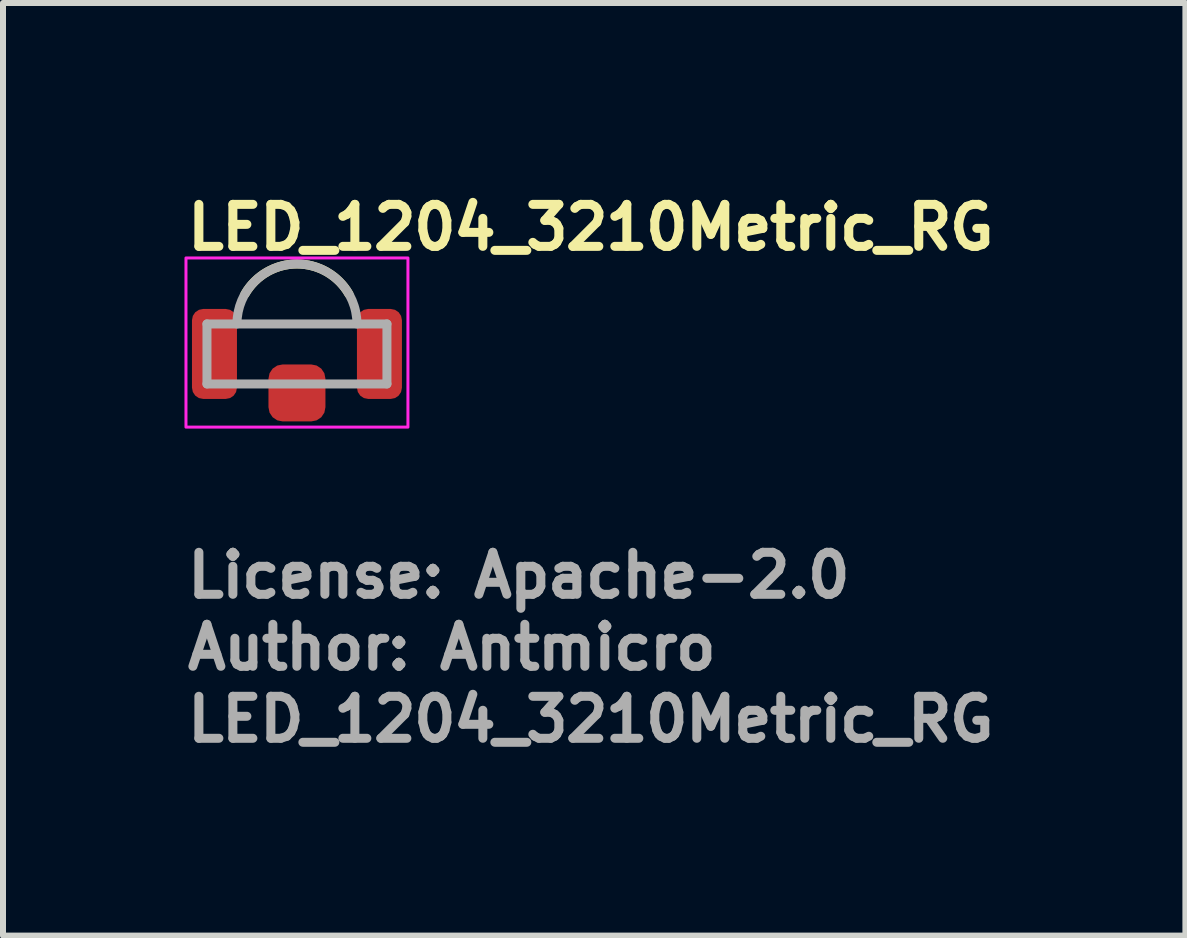
<source format=kicad_pcb>
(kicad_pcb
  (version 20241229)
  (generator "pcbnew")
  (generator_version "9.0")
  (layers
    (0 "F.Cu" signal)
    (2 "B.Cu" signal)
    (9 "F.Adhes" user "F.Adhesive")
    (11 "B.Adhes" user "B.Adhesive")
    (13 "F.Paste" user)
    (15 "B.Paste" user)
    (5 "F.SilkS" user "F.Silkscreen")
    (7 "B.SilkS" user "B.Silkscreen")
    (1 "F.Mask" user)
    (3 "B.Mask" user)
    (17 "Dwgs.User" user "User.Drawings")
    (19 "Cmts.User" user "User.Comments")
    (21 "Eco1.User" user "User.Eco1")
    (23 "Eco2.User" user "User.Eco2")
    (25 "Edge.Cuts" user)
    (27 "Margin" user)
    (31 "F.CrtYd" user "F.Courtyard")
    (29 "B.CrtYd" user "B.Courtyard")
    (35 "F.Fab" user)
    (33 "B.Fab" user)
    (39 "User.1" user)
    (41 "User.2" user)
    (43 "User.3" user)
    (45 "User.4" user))
  (footprint "LED_1204_3210Metric_RG"
    (layer "F.Cu")
    (at 1.9 2.45)
    (property "Reference" "LED_1204_3210Metric_RG" (at -1.9 -1.3 0) (layer "F.SilkS") (effects (font (size 0.7 0.7) (thickness 0.15)) (justify left bottom)))
    (attr smd)
    (fp_arc (start -0.866 -0.6) (mid 0 -1.1) (end 0.866 -0.6) (stroke (width 0.15) (type solid)) (layer "F.SilkS"))
    (fp_rect (start -1.85 -1.2) (end 1.85 1.62) (stroke (width 0.05) (type solid)) (fill no) (layer "F.CrtYd"))
    (fp_line (start -1.5 -0.1) (end 1.5 -0.1) (stroke (width 0.15) (type solid)) (layer "F.Fab"))
    (fp_line (start -1.5 0.9) (end -1.5 -0.1) (stroke (width 0.15) (type solid)) (layer "F.Fab"))
    (fp_line (start 1.5 -0.1) (end 1.5 0.9) (stroke (width 0.15) (type solid)) (layer "F.Fab"))
    (fp_line (start 1.5 0.9) (end -1.5 0.9) (stroke (width 0.15) (type solid)) (layer "F.Fab"))
    (fp_arc (start -1 -0.1) (mid 0 -1.1) (end 1 -0.1) (stroke (width 0.15) (type solid)) (layer "F.Fab"))
    (fp_rect (start -1.5 -1) (end 1.5 1) (stroke (width 0.1) (type solid)) (fill no) (layer "User.5"))
    (fp_line (start -1.5 0) (end -1.5 1) (stroke (width 0.02) (type solid)) (layer "User.9"))
    (fp_line (start -1.472 0) (end -1.5 0) (stroke (width 0.02) (type solid)) (layer "User.9"))
    (fp_line (start -1.472 1) (end -1.5 1) (stroke (width 0.02) (type solid)) (layer "User.9"))
    (fp_line (start -1.444 0) (end -1.472 0) (stroke (width 0.02) (type solid)) (layer "User.9"))
    (fp_line (start -1.444 1) (end -1.472 1) (stroke (width 0.02) (type solid)) (layer "User.9"))
    (fp_line (start -1.417 0) (end -1.444 0) (stroke (width 0.02) (type solid)) (layer "User.9"))
    (fp_line (start -1.417 1) (end -1.444 1) (stroke (width 0.02) (type solid)) (layer "User.9"))
    (fp_line (start -1.392 0) (end -1.417 0) (stroke (width 0.02) (type solid)) (layer "User.9"))
    (fp_line (start -1.392 1) (end -1.417 1) (stroke (width 0.02) (type solid)) (layer "User.9"))
    (fp_line (start -1.367 0) (end -1.392 0) (stroke (width 0.02) (type solid)) (layer "User.9"))
    (fp_line (start -1.367 1) (end -1.392 1) (stroke (width 0.02) (type solid)) (layer "User.9"))
    (fp_line (start -1.344 0) (end -1.367 0) (stroke (width 0.02) (type solid)) (layer "User.9"))
    (fp_line (start -1.344 1) (end -1.367 1) (stroke (width 0.02) (type solid)) (layer "User.9"))
    (fp_line (start -1.323 0) (end -1.344 0) (stroke (width 0.02) (type solid)) (layer "User.9"))
    (fp_line (start -1.323 1) (end -1.344 1) (stroke (width 0.02) (type solid)) (layer "User.9"))
    (fp_line (start -1.305 0) (end -1.323 0) (stroke (width 0.02) (type solid)) (layer "User.9"))
    (fp_line (start -1.305 1) (end -1.323 1) (stroke (width 0.02) (type solid)) (layer "User.9"))
    (fp_line (start -1.288 0) (end -1.305 0) (stroke (width 0.02) (type solid)) (layer "User.9"))
    (fp_line (start -1.288 1) (end -1.305 1) (stroke (width 0.02) (type solid)) (layer "User.9"))
    (fp_line (start -1.275 0) (end -1.288 0) (stroke (width 0.02) (type solid)) (layer "User.9"))
    (fp_line (start -1.275 1) (end -1.288 1) (stroke (width 0.02) (type solid)) (layer "User.9"))
    (fp_line (start -1.264 0) (end -1.275 0) (stroke (width 0.02) (type solid)) (layer "User.9"))
    (fp_line (start -1.264 1) (end -1.275 1) (stroke (width 0.02) (type solid)) (layer "User.9"))
    (fp_line (start -1.256 0) (end -1.264 0) (stroke (width 0.02) (type solid)) (layer "User.9"))
    (fp_line (start -1.256 1) (end -1.264 1) (stroke (width 0.02) (type solid)) (layer "User.9"))
    (fp_line (start -1.252 0) (end -1.256 0) (stroke (width 0.02) (type solid)) (layer "User.9"))
    (fp_line (start -1.252 1) (end -1.256 1) (stroke (width 0.02) (type solid)) (layer "User.9"))
    (fp_line (start -1.25 0) (end -1.252 0) (stroke (width 0.02) (type solid)) (layer "User.9"))
    (fp_line (start -1.25 1) (end -1.252 1) (stroke (width 0.02) (type solid)) (layer "User.9"))
    (fp_line (start -1.25 1) (end -1.25 0) (stroke (width 0.02) (type solid)) (layer "User.9"))
    (fp_line (start -1.1 0) (end -1.25 0) (stroke (width 0.02) (type solid)) (layer "User.9"))
    (fp_line (start -1.1 0) (end -1.075 -0.003) (stroke (width 0.02) (type solid)) (layer "User.9"))
    (fp_line (start -1.1 0.8) (end -1.1 0) (stroke (width 0.02) (type solid)) (layer "User.9"))
    (fp_line (start -1.1 0.8) (end -1.1 0) (stroke (width 0.02) (type solid)) (layer "User.9"))
    (fp_line (start -1.1 0.8) (end -1.1 1) (stroke (width 0.02) (type solid)) (layer "User.9"))
    (fp_line (start -1.1 1) (end -1.25 1) (stroke (width 0.02) (type solid)) (layer "User.9"))
    (fp_line (start -1.1 1) (end -1.1 0.8) (stroke (width 0.02) (type solid)) (layer "User.9"))
    (fp_line (start -1.075 -0.003) (end -1.052 -0.012) (stroke (width 0.02) (type solid)) (layer "User.9"))
    (fp_line (start -1.052 -0.012) (end -1.032 -0.026) (stroke (width 0.02) (type solid)) (layer "User.9"))
    (fp_line (start -1.032 -0.026) (end -1.016 -0.045) (stroke (width 0.02) (type solid)) (layer "User.9"))
    (fp_line (start -1.016 -0.045) (end -1.005 -0.067) (stroke (width 0.02) (type solid)) (layer "User.9"))
    (fp_line (start -1.005 -0.067) (end -1 -0.091) (stroke (width 0.02) (type solid)) (layer "User.9"))
    (fp_line (start -0.988 -0.177) (end -1 -0.091) (stroke (width 0.02) (type solid)) (layer "User.9"))
    (fp_line (start -0.969 -0.262) (end -0.988 -0.177) (stroke (width 0.02) (type solid)) (layer "User.9"))
    (fp_line (start -0.942 -0.345) (end -0.969 -0.262) (stroke (width 0.02) (type solid)) (layer "User.9"))
    (fp_line (start -0.908 -0.425) (end -0.942 -0.345) (stroke (width 0.02) (type solid)) (layer "User.9"))
    (fp_line (start -0.867 -0.502) (end -0.908 -0.425) (stroke (width 0.02) (type solid)) (layer "User.9"))
    (fp_line (start -0.82 -0.576) (end -0.867 -0.502) (stroke (width 0.02) (type solid)) (layer "User.9"))
    (fp_line (start -0.767 -0.645) (end -0.82 -0.576) (stroke (width 0.02) (type solid)) (layer "User.9"))
    (fp_line (start -0.707 -0.709) (end -0.767 -0.645) (stroke (width 0.02) (type solid)) (layer "User.9"))
    (fp_line (start -0.643 -0.767) (end -0.707 -0.709) (stroke (width 0.02) (type solid)) (layer "User.9"))
    (fp_line (start -0.574 -0.82) (end -0.643 -0.767) (stroke (width 0.02) (type solid)) (layer "User.9"))
    (fp_line (start -0.5 -0.867) (end -0.574 -0.82) (stroke (width 0.02) (type solid)) (layer "User.9"))
    (fp_line (start -0.423 -0.907) (end -0.5 -0.867) (stroke (width 0.02) (type solid)) (layer "User.9"))
    (fp_line (start -0.342 -0.94) (end -0.423 -0.907) (stroke (width 0.02) (type solid)) (layer "User.9"))
    (fp_line (start -0.259 -0.966) (end -0.342 -0.94) (stroke (width 0.02) (type solid)) (layer "User.9"))
    (fp_line (start -0.174 -0.985) (end -0.259 -0.966) (stroke (width 0.02) (type solid)) (layer "User.9"))
    (fp_line (start -0.087 -0.996) (end -0.174 -0.985) (stroke (width 0.02) (type solid)) (layer "User.9"))
    (fp_line (start 0 -1) (end -0.087 -0.996) (stroke (width 0.02) (type solid)) (layer "User.9"))
    (fp_line (start 0.087 -0.996) (end 0 -1) (stroke (width 0.02) (type solid)) (layer "User.9"))
    (fp_line (start 0.174 -0.985) (end 0.087 -0.996) (stroke (width 0.02) (type solid)) (layer "User.9"))
    (fp_line (start 0.259 -0.966) (end 0.174 -0.985) (stroke (width 0.02) (type solid)) (layer "User.9"))
    (fp_line (start 0.342 -0.94) (end 0.259 -0.966) (stroke (width 0.02) (type solid)) (layer "User.9"))
    (fp_line (start 0.423 -0.907) (end 0.342 -0.94) (stroke (width 0.02) (type solid)) (layer "User.9"))
    (fp_line (start 0.5 -0.867) (end 0.423 -0.907) (stroke (width 0.02) (type solid)) (layer "User.9"))
    (fp_line (start 0.574 -0.82) (end 0.5 -0.867) (stroke (width 0.02) (type solid)) (layer "User.9"))
    (fp_line (start 0.643 -0.767) (end 0.574 -0.82) (stroke (width 0.02) (type solid)) (layer "User.9"))
    (fp_line (start 0.707 -0.709) (end 0.643 -0.767) (stroke (width 0.02) (type solid)) (layer "User.9"))
    (fp_line (start 0.767 -0.645) (end 0.707 -0.709) (stroke (width 0.02) (type solid)) (layer "User.9"))
    (fp_line (start 0.82 -0.576) (end 0.767 -0.645) (stroke (width 0.02) (type solid)) (layer "User.9"))
    (fp_line (start 0.867 -0.502) (end 0.82 -0.576) (stroke (width 0.02) (type solid)) (layer "User.9"))
    (fp_line (start 0.908 -0.425) (end 0.867 -0.502) (stroke (width 0.02) (type solid)) (layer "User.9"))
    (fp_line (start 0.942 -0.345) (end 0.908 -0.425) (stroke (width 0.02) (type solid)) (layer "User.9"))
    (fp_line (start 0.969 -0.262) (end 0.942 -0.345) (stroke (width 0.02) (type solid)) (layer "User.9"))
    (fp_line (start 0.988 -0.177) (end 0.969 -0.262) (stroke (width 0.02) (type solid)) (layer "User.9"))
    (fp_line (start 1 -0.091) (end 0.988 -0.177) (stroke (width 0.02) (type solid)) (layer "User.9"))
    (fp_line (start 1 -0.091) (end 1.005 -0.067) (stroke (width 0.02) (type solid)) (layer "User.9"))
    (fp_line (start 1.005 -0.067) (end 1.016 -0.045) (stroke (width 0.02) (type solid)) (layer "User.9"))
    (fp_line (start 1.016 -0.045) (end 1.032 -0.026) (stroke (width 0.02) (type solid)) (layer "User.9"))
    (fp_line (start 1.032 -0.026) (end 1.052 -0.012) (stroke (width 0.02) (type solid)) (layer "User.9"))
    (fp_line (start 1.052 -0.012) (end 1.075 -0.003) (stroke (width 0.02) (type solid)) (layer "User.9"))
    (fp_line (start 1.075 -0.003) (end 1.1 0) (stroke (width 0.02) (type solid)) (layer "User.9"))
    (fp_line (start 1.1 0) (end -1.1 0) (stroke (width 0.02) (type solid)) (layer "User.9"))
    (fp_line (start 1.1 0) (end -1.1 0) (stroke (width 0.02) (type solid)) (layer "User.9"))
    (fp_line (start 1.1 0) (end 1.1 0.8) (stroke (width 0.02) (type solid)) (layer "User.9"))
    (fp_line (start 1.1 0) (end 1.25 0) (stroke (width 0.02) (type solid)) (layer "User.9"))
    (fp_line (start 1.1 0.8) (end 1.1 0) (stroke (width 0.02) (type solid)) (layer "User.9"))
    (fp_line (start 1.1 0.8) (end 1.1 1) (stroke (width 0.02) (type solid)) (layer "User.9"))
    (fp_line (start 1.1 0.8) (end 1.1 1) (stroke (width 0.02) (type solid)) (layer "User.9"))
    (fp_line (start 1.1 1) (end -1.1 1) (stroke (width 0.02) (type solid)) (layer "User.9"))
    (fp_line (start 1.25 0) (end 1.25 1) (stroke (width 0.02) (type solid)) (layer "User.9"))
    (fp_line (start 1.25 1) (end 1.1 1) (stroke (width 0.02) (type solid)) (layer "User.9"))
    (fp_line (start 1.252 0) (end 1.25 0) (stroke (width 0.02) (type solid)) (layer "User.9"))
    (fp_line (start 1.252 1) (end 1.25 1) (stroke (width 0.02) (type solid)) (layer "User.9"))
    (fp_line (start 1.256 0) (end 1.252 0) (stroke (width 0.02) (type solid)) (layer "User.9"))
    (fp_line (start 1.256 1) (end 1.252 1) (stroke (width 0.02) (type solid)) (layer "User.9"))
    (fp_line (start 1.264 0) (end 1.256 0) (stroke (width 0.02) (type solid)) (layer "User.9"))
    (fp_line (start 1.264 1) (end 1.256 1) (stroke (width 0.02) (type solid)) (layer "User.9"))
    (fp_line (start 1.275 0) (end 1.264 0) (stroke (width 0.02) (type solid)) (layer "User.9"))
    (fp_line (start 1.275 1) (end 1.264 1) (stroke (width 0.02) (type solid)) (layer "User.9"))
    (fp_line (start 1.288 0) (end 1.275 0) (stroke (width 0.02) (type solid)) (layer "User.9"))
    (fp_line (start 1.288 1) (end 1.275 1) (stroke (width 0.02) (type solid)) (layer "User.9"))
    (fp_line (start 1.305 0) (end 1.288 0) (stroke (width 0.02) (type solid)) (layer "User.9"))
    (fp_line (start 1.305 1) (end 1.288 1) (stroke (width 0.02) (type solid)) (layer "User.9"))
    (fp_line (start 1.323 0) (end 1.305 0) (stroke (width 0.02) (type solid)) (layer "User.9"))
    (fp_line (start 1.323 1) (end 1.305 1) (stroke (width 0.02) (type solid)) (layer "User.9"))
    (fp_line (start 1.344 0) (end 1.323 0) (stroke (width 0.02) (type solid)) (layer "User.9"))
    (fp_line (start 1.344 1) (end 1.323 1) (stroke (width 0.02) (type solid)) (layer "User.9"))
    (fp_line (start 1.367 0) (end 1.344 0) (stroke (width 0.02) (type solid)) (layer "User.9"))
    (fp_line (start 1.367 1) (end 1.344 1) (stroke (width 0.02) (type solid)) (layer "User.9"))
    (fp_line (start 1.392 0) (end 1.367 0) (stroke (width 0.02) (type solid)) (layer "User.9"))
    (fp_line (start 1.392 1) (end 1.367 1) (stroke (width 0.02) (type solid)) (layer "User.9"))
    (fp_line (start 1.417 0) (end 1.392 0) (stroke (width 0.02) (type solid)) (layer "User.9"))
    (fp_line (start 1.417 1) (end 1.392 1) (stroke (width 0.02) (type solid)) (layer "User.9"))
    (fp_line (start 1.444 0) (end 1.417 0) (stroke (width 0.02) (type solid)) (layer "User.9"))
    (fp_line (start 1.444 1) (end 1.417 1) (stroke (width 0.02) (type solid)) (layer "User.9"))
    (fp_line (start 1.472 0) (end 1.444 0) (stroke (width 0.02) (type solid)) (layer "User.9"))
    (fp_line (start 1.472 1) (end 1.444 1) (stroke (width 0.02) (type solid)) (layer "User.9"))
    (fp_line (start 1.5 0) (end 1.472 0) (stroke (width 0.02) (type solid)) (layer "User.9"))
    (fp_line (start 1.5 1) (end 1.472 1) (stroke (width 0.02) (type solid)) (layer "User.9"))
    (fp_line (start 1.5 1) (end 1.5 0) (stroke (width 0.02) (type solid)) (layer "User.9"))
    (fp_text user "License: Apache-2.0" (at -1.9 4.5 0) (layer "F.Fab") (effects (font (size 0.7 0.7) (thickness 0.15)) (justify left bottom)))
    (fp_text user "Author: Antmicro" (at -1.9 5.7 0) (layer "F.Fab") (effects (font (size 0.7 0.7) (thickness 0.15)) (justify left bottom)))
    (fp_text user "${REFERENCE}" (at -1.9 6.9 0) (layer "F.Fab") (effects (font (size 0.7 0.7) (thickness 0.15)) (justify left bottom)))
    (pad "1" smd roundrect (at -1.375 0.4 180) (size 0.75 1.5) (layers "F.Cu" "F.Mask" "F.Paste") (roundrect_rratio 0.25))
    (pad "2" smd roundrect (at 0 1.05 180) (size 0.95 0.95) (layers "F.Cu" "F.Mask" "F.Paste") (roundrect_rratio 0.25))
    (pad "3" smd roundrect (at 1.375 0.4 180) (size 0.75 1.5) (layers "F.Cu" "F.Mask" "F.Paste") (roundrect_rratio 0.25)))
  (gr_rect
    (start -3 -3)
    (end 16.71 12.546)
    (stroke (width 0.1) (type default))
    (fill no)
    (layer "Edge.Cuts")))
</source>
